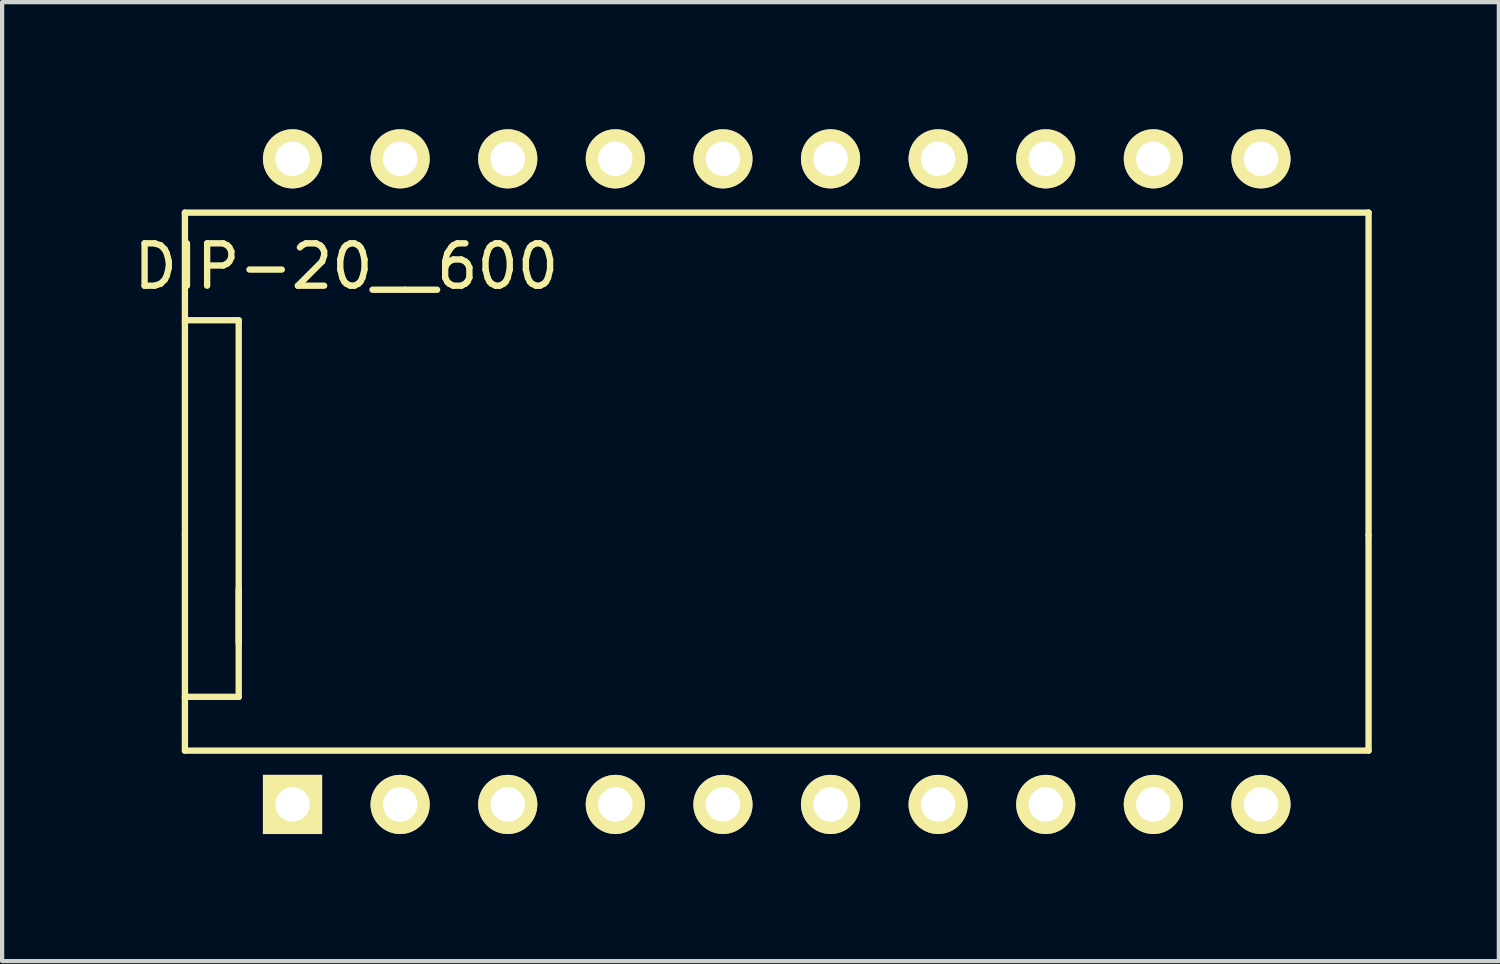
<source format=kicad_pcb>
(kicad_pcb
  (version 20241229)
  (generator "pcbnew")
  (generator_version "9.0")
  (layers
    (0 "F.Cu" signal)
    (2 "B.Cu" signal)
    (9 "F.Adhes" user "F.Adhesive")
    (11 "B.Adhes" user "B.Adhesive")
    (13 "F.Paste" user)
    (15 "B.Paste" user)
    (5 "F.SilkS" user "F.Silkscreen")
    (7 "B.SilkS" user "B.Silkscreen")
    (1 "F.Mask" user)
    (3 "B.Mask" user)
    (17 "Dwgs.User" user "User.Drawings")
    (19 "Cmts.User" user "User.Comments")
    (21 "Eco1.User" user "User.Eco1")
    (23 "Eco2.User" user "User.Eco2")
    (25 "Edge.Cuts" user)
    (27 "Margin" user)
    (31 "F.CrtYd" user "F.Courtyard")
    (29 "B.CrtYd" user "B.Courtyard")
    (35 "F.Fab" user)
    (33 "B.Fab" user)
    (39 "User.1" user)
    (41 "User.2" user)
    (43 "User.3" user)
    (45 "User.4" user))
  (footprint "DIP-20__600"
    (layer "F.Cu")
    (at 15.285 8.319)
    (property "Reference" "DIP-20__600" (at -10.16 -5.08 0) (layer "F.SilkS") (effects (font (size 1 1) (thickness 0.15))))
    (attr through_hole)
    (fp_line (start -13.97 -6.35) (end 13.97 -6.35) (stroke (width 0.15) (type solid)) (layer "F.SilkS"))
    (fp_line (start -13.97 1.27) (end -13.97 -6.35) (stroke (width 0.15) (type solid)) (layer "F.SilkS"))
    (fp_line (start -13.97 6.35) (end -13.97 1.27) (stroke (width 0.15) (type solid)) (layer "F.SilkS"))
    (fp_line (start -12.7 -3.81) (end -13.97 -3.81) (stroke (width 0.15) (type solid)) (layer "F.SilkS"))
    (fp_line (start -12.7 -3.81) (end -12.7 3.81) (stroke (width 0.15) (type solid)) (layer "F.SilkS"))
    (fp_line (start -12.7 2.54) (end -12.7 5.08) (stroke (width 0.15) (type solid)) (layer "F.SilkS"))
    (fp_line (start -12.7 5.08) (end -13.97 5.08) (stroke (width 0.15) (type solid)) (layer "F.SilkS"))
    (fp_line (start 13.97 -6.35) (end 13.97 1.27) (stroke (width 0.15) (type solid)) (layer "F.SilkS"))
    (fp_line (start 13.97 1.27) (end 13.97 6.35) (stroke (width 0.15) (type solid)) (layer "F.SilkS"))
    (fp_line (start 13.97 6.35) (end -13.97 6.35) (stroke (width 0.15) (type solid)) (layer "F.SilkS"))
    (pad "1" thru_hole rect (at -11.43 7.62) (size 1.397 1.397) (drill 0.813) (layers "*.Cu" "*.Mask" "F.SilkS"))
    (pad "2" thru_hole circle (at -8.89 7.62) (size 1.397 1.397) (drill 0.813) (layers "*.Cu" "*.Mask" "F.SilkS"))
    (pad "3" thru_hole circle (at -6.35 7.62) (size 1.397 1.397) (drill 0.813) (layers "*.Cu" "*.Mask" "F.SilkS"))
    (pad "4" thru_hole circle (at -3.81 7.62) (size 1.397 1.397) (drill 0.813) (layers "*.Cu" "*.Mask" "F.SilkS"))
    (pad "5" thru_hole circle (at -1.27 7.62) (size 1.397 1.397) (drill 0.813) (layers "*.Cu" "*.Mask" "F.SilkS"))
    (pad "6" thru_hole circle (at 1.27 7.62) (size 1.397 1.397) (drill 0.813) (layers "*.Cu" "*.Mask" "F.SilkS"))
    (pad "7" thru_hole circle (at 3.81 7.62) (size 1.397 1.397) (drill 0.813) (layers "*.Cu" "*.Mask" "F.SilkS"))
    (pad "8" thru_hole circle (at 6.35 7.62) (size 1.397 1.397) (drill 0.813) (layers "*.Cu" "*.Mask" "F.SilkS"))
    (pad "9" thru_hole circle (at 8.89 7.62) (size 1.397 1.397) (drill 0.813) (layers "*.Cu" "*.Mask" "F.SilkS"))
    (pad "10" thru_hole circle (at 11.43 7.62) (size 1.397 1.397) (drill 0.813) (layers "*.Cu" "*.Mask" "F.SilkS"))
    (pad "11" thru_hole circle (at 11.43 -7.62) (size 1.397 1.397) (drill 0.813) (layers "*.Cu" "*.Mask" "F.SilkS"))
    (pad "12" thru_hole circle (at 8.89 -7.62) (size 1.397 1.397) (drill 0.813) (layers "*.Cu" "*.Mask" "F.SilkS"))
    (pad "13" thru_hole circle (at 6.35 -7.62) (size 1.397 1.397) (drill 0.813) (layers "*.Cu" "*.Mask" "F.SilkS"))
    (pad "14" thru_hole circle (at 3.81 -7.62) (size 1.397 1.397) (drill 0.813) (layers "*.Cu" "*.Mask" "F.SilkS"))
    (pad "15" thru_hole circle (at 1.27 -7.62) (size 1.397 1.397) (drill 0.813) (layers "*.Cu" "*.Mask" "F.SilkS"))
    (pad "16" thru_hole circle (at -1.27 -7.62) (size 1.397 1.397) (drill 0.813) (layers "*.Cu" "*.Mask" "F.SilkS"))
    (pad "17" thru_hole circle (at -3.81 -7.62) (size 1.397 1.397) (drill 0.813) (layers "*.Cu" "*.Mask" "F.SilkS"))
    (pad "18" thru_hole circle (at -6.35 -7.62) (size 1.397 1.397) (drill 0.813) (layers "*.Cu" "*.Mask" "F.SilkS"))
    (pad "19" thru_hole circle (at -8.89 -7.62) (size 1.397 1.397) (drill 0.813) (layers "*.Cu" "*.Mask" "F.SilkS"))
    (pad "20" thru_hole circle (at -11.43 -7.62) (size 1.397 1.397) (drill 0.813) (layers "*.Cu" "*.Mask" "F.SilkS")))
  (gr_rect
    (start -3 -3)
    (end 32.33 19.637)
    (stroke (width 0.1) (type default))
    (fill no)
    (layer "Edge.Cuts")))
</source>
